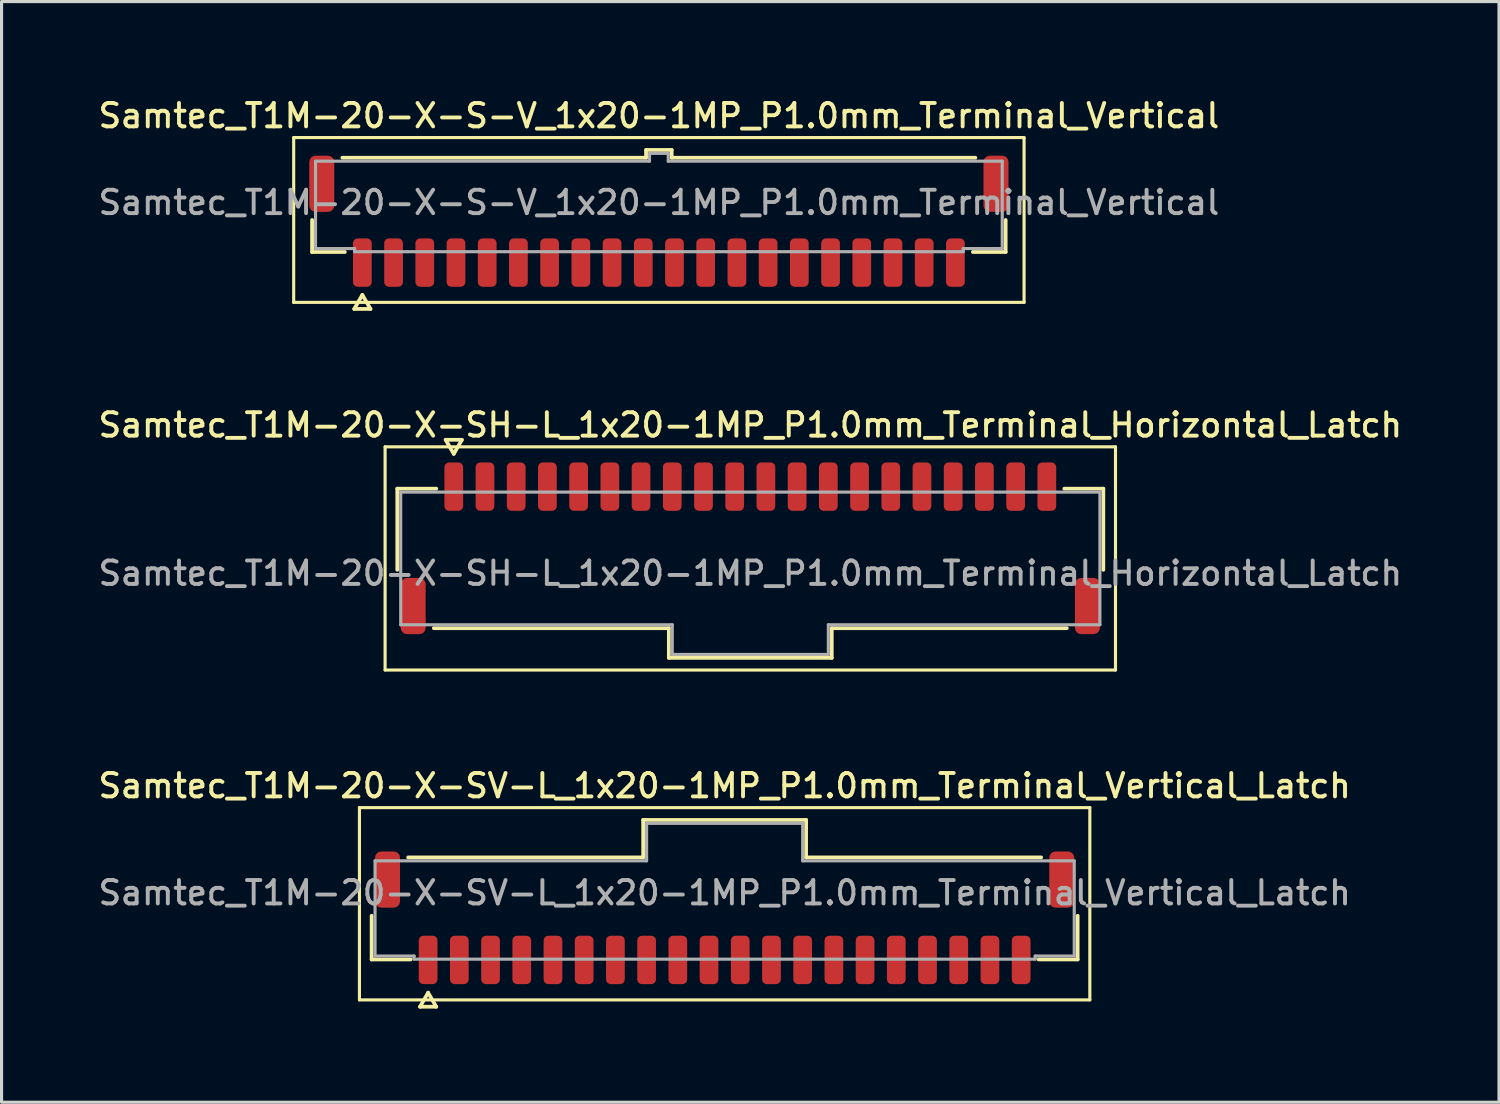
<source format=kicad_pcb>
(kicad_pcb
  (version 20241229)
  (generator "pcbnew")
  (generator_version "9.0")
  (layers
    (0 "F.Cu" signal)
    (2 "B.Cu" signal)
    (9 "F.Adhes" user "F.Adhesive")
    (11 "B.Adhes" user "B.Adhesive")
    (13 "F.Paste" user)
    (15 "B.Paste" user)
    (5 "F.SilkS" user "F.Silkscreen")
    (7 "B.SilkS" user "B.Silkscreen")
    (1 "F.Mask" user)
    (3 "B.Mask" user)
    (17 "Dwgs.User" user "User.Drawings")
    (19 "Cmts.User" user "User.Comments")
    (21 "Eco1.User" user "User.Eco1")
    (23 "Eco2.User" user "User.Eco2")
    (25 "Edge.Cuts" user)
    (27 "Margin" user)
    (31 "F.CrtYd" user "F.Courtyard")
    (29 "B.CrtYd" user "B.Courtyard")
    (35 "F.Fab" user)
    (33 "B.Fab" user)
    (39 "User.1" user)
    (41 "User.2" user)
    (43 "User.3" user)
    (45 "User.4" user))
  (footprint "Samtec_T1M-20-X-S-V_1x20-1MP_P1.0mm_Terminal_Vertical"
    (layer "F.Cu")
    (at 18.059 3.438)
    (property "Reference" "Samtec_T1M-20-X-S-V_1x20-1MP_P1.0mm_Terminal_Vertical" (at 0 -2.78 0) (layer "F.SilkS") (effects (font (size 0.75 0.75) (thickness 0.125))))
    (attr smd)
    (fp_line (start -11.7 -2.08) (end -11.7 3.2) (stroke (width 0.1) (type solid)) (layer "F.SilkS"))
    (fp_line (start -11.7 3.2) (end 11.7 3.2) (stroke (width 0.1) (type solid)) (layer "F.SilkS"))
    (fp_line (start -11.11 1.585) (end -11.11 0.56) (stroke (width 0.12) (type solid)) (layer "F.SilkS"))
    (fp_line (start -10.14 -1.435) (end -0.41 -1.435) (stroke (width 0.12) (type solid)) (layer "F.SilkS"))
    (fp_line (start -10.06 1.585) (end -11.11 1.585) (stroke (width 0.12) (type solid)) (layer "F.SilkS"))
    (fp_line (start -9.76 3.41) (end -9.5 2.96) (stroke (width 0.12) (type solid)) (layer "F.SilkS"))
    (fp_line (start -9.5 2.96) (end -9.24 3.41) (stroke (width 0.12) (type solid)) (layer "F.SilkS"))
    (fp_line (start -9.24 3.41) (end -9.76 3.41) (stroke (width 0.12) (type solid)) (layer "F.SilkS"))
    (fp_line (start -0.41 -1.685) (end 0.41 -1.685) (stroke (width 0.12) (type solid)) (layer "F.SilkS"))
    (fp_line (start -0.41 -1.435) (end -0.41 -1.685) (stroke (width 0.12) (type solid)) (layer "F.SilkS"))
    (fp_line (start 0.41 -1.685) (end 0.41 -1.435) (stroke (width 0.12) (type solid)) (layer "F.SilkS"))
    (fp_line (start 0.41 -1.435) (end 10.14 -1.435) (stroke (width 0.12) (type solid)) (layer "F.SilkS"))
    (fp_line (start 11.11 0.56) (end 11.11 1.585) (stroke (width 0.12) (type solid)) (layer "F.SilkS"))
    (fp_line (start 11.11 1.585) (end 10.06 1.585) (stroke (width 0.12) (type solid)) (layer "F.SilkS"))
    (fp_line (start 11.7 -2.08) (end -11.7 -2.08) (stroke (width 0.1) (type solid)) (layer "F.SilkS"))
    (fp_line (start 11.7 3.2) (end 11.7 -2.08) (stroke (width 0.1) (type solid)) (layer "F.SilkS"))
    (fp_line (start -11 -1.325) (end -0.3 -1.325) (stroke (width 0.1) (type solid)) (layer "F.Fab"))
    (fp_line (start -11 1.475) (end -11 -1.325) (stroke (width 0.1) (type solid)) (layer "F.Fab"))
    (fp_line (start -9.75 1.475) (end -11 1.475) (stroke (width 0.1) (type solid)) (layer "F.Fab"))
    (fp_line (start -9.75 1.575) (end -9.75 1.475) (stroke (width 0.1) (type solid)) (layer "F.Fab"))
    (fp_line (start -0.3 -1.575) (end 0.3 -1.575) (stroke (width 0.1) (type solid)) (layer "F.Fab"))
    (fp_line (start -0.3 -1.325) (end -0.3 -1.575) (stroke (width 0.1) (type solid)) (layer "F.Fab"))
    (fp_line (start 0.3 -1.575) (end 0.3 -1.325) (stroke (width 0.1) (type solid)) (layer "F.Fab"))
    (fp_line (start 0.3 -1.325) (end 11 -1.325) (stroke (width 0.1) (type solid)) (layer "F.Fab"))
    (fp_line (start 9.75 1.475) (end 9.75 1.575) (stroke (width 0.1) (type solid)) (layer "F.Fab"))
    (fp_line (start 9.75 1.575) (end -9.75 1.575) (stroke (width 0.1) (type solid)) (layer "F.Fab"))
    (fp_line (start 11 -1.325) (end 11 1.475) (stroke (width 0.1) (type solid)) (layer "F.Fab"))
    (fp_line (start 11 1.475) (end 9.75 1.475) (stroke (width 0.1) (type solid)) (layer "F.Fab"))
    (fp_text user "${REFERENCE}" (at 0 0 0) (layer "F.Fab") (effects (font (size 0.75 0.75) (thickness 0.125))))
    (pad "1" smd roundrect (at -9.5 1.925) (size 0.6 1.55) (layers "F.Cu" "F.Mask" "F.Paste") (roundrect_rratio 0.25))
    (pad "2" smd roundrect (at -8.5 1.925) (size 0.6 1.55) (layers "F.Cu" "F.Mask" "F.Paste") (roundrect_rratio 0.25))
    (pad "3" smd roundrect (at -7.5 1.925) (size 0.6 1.55) (layers "F.Cu" "F.Mask" "F.Paste") (roundrect_rratio 0.25))
    (pad "4" smd roundrect (at -6.5 1.925) (size 0.6 1.55) (layers "F.Cu" "F.Mask" "F.Paste") (roundrect_rratio 0.25))
    (pad "5" smd roundrect (at -5.5 1.925) (size 0.6 1.55) (layers "F.Cu" "F.Mask" "F.Paste") (roundrect_rratio 0.25))
    (pad "6" smd roundrect (at -4.5 1.925) (size 0.6 1.55) (layers "F.Cu" "F.Mask" "F.Paste") (roundrect_rratio 0.25))
    (pad "7" smd roundrect (at -3.5 1.925) (size 0.6 1.55) (layers "F.Cu" "F.Mask" "F.Paste") (roundrect_rratio 0.25))
    (pad "8" smd roundrect (at -2.5 1.925) (size 0.6 1.55) (layers "F.Cu" "F.Mask" "F.Paste") (roundrect_rratio 0.25))
    (pad "9" smd roundrect (at -1.5 1.925) (size 0.6 1.55) (layers "F.Cu" "F.Mask" "F.Paste") (roundrect_rratio 0.25))
    (pad "10" smd roundrect (at -0.5 1.925) (size 0.6 1.55) (layers "F.Cu" "F.Mask" "F.Paste") (roundrect_rratio 0.25))
    (pad "11" smd roundrect (at 0.5 1.925) (size 0.6 1.55) (layers "F.Cu" "F.Mask" "F.Paste") (roundrect_rratio 0.25))
    (pad "12" smd roundrect (at 1.5 1.925) (size 0.6 1.55) (layers "F.Cu" "F.Mask" "F.Paste") (roundrect_rratio 0.25))
    (pad "13" smd roundrect (at 2.5 1.925) (size 0.6 1.55) (layers "F.Cu" "F.Mask" "F.Paste") (roundrect_rratio 0.25))
    (pad "14" smd roundrect (at 3.5 1.925) (size 0.6 1.55) (layers "F.Cu" "F.Mask" "F.Paste") (roundrect_rratio 0.25))
    (pad "15" smd roundrect (at 4.5 1.925) (size 0.6 1.55) (layers "F.Cu" "F.Mask" "F.Paste") (roundrect_rratio 0.25))
    (pad "16" smd roundrect (at 5.5 1.925) (size 0.6 1.55) (layers "F.Cu" "F.Mask" "F.Paste") (roundrect_rratio 0.25))
    (pad "17" smd roundrect (at 6.5 1.925) (size 0.6 1.55) (layers "F.Cu" "F.Mask" "F.Paste") (roundrect_rratio 0.25))
    (pad "18" smd roundrect (at 7.5 1.925) (size 0.6 1.55) (layers "F.Cu" "F.Mask" "F.Paste") (roundrect_rratio 0.25))
    (pad "19" smd roundrect (at 8.5 1.925) (size 0.6 1.55) (layers "F.Cu" "F.Mask" "F.Paste") (roundrect_rratio 0.25))
    (pad "20" smd roundrect (at 9.5 1.925) (size 0.6 1.55) (layers "F.Cu" "F.Mask" "F.Paste") (roundrect_rratio 0.25))
    (pad "MP" smd roundrect (at -10.8 -0.6) (size 0.8 1.8) (layers "F.Cu" "F.Mask" "F.Paste") (roundrect_rratio 0.25))
    (pad "MP" smd roundrect (at 10.8 -0.6) (size 0.8 1.8) (layers "F.Cu" "F.Mask" "F.Paste") (roundrect_rratio 0.25)))
  (footprint "Samtec_T1M-20-X-SV-L_1x20-1MP_P1.0mm_Terminal_Vertical_Latch"
    (layer "F.Cu")
    (at 20.166 25.554)
    (property "Reference" "Samtec_T1M-20-X-SV-L_1x20-1MP_P1.0mm_Terminal_Vertical_Latch" (at 0 -3.43 0) (layer "F.SilkS") (effects (font (size 0.75 0.75) (thickness 0.125))))
    (attr smd)
    (fp_line (start -11.7 -2.73) (end -11.7 3.43) (stroke (width 0.1) (type solid)) (layer "F.SilkS"))
    (fp_line (start -11.7 3.43) (end 11.7 3.43) (stroke (width 0.1) (type solid)) (layer "F.SilkS"))
    (fp_line (start -11.31 2.135) (end -11.31 0.735) (stroke (width 0.12) (type solid)) (layer "F.SilkS"))
    (fp_line (start -10.14 -1.135) (end -2.61 -1.135) (stroke (width 0.12) (type solid)) (layer "F.SilkS"))
    (fp_line (start -10.06 2.135) (end -11.31 2.135) (stroke (width 0.12) (type solid)) (layer "F.SilkS"))
    (fp_line (start -9.76 3.65) (end -9.5 3.2) (stroke (width 0.12) (type solid)) (layer "F.SilkS"))
    (fp_line (start -9.5 3.2) (end -9.24 3.65) (stroke (width 0.12) (type solid)) (layer "F.SilkS"))
    (fp_line (start -9.24 3.65) (end -9.76 3.65) (stroke (width 0.12) (type solid)) (layer "F.SilkS"))
    (fp_line (start -2.61 -2.335) (end 2.61 -2.335) (stroke (width 0.12) (type solid)) (layer "F.SilkS"))
    (fp_line (start -2.61 -1.135) (end -2.61 -2.335) (stroke (width 0.12) (type solid)) (layer "F.SilkS"))
    (fp_line (start 2.61 -2.335) (end 2.61 -1.135) (stroke (width 0.12) (type solid)) (layer "F.SilkS"))
    (fp_line (start 2.61 -1.135) (end 10.14 -1.135) (stroke (width 0.12) (type solid)) (layer "F.SilkS"))
    (fp_line (start 11.31 0.735) (end 11.31 2.135) (stroke (width 0.12) (type solid)) (layer "F.SilkS"))
    (fp_line (start 11.31 2.135) (end 10.06 2.135) (stroke (width 0.12) (type solid)) (layer "F.SilkS"))
    (fp_line (start 11.7 -2.73) (end -11.7 -2.73) (stroke (width 0.1) (type solid)) (layer "F.SilkS"))
    (fp_line (start 11.7 3.43) (end 11.7 -2.73) (stroke (width 0.1) (type solid)) (layer "F.SilkS"))
    (fp_line (start -11.2 -1.025) (end -2.5 -1.025) (stroke (width 0.1) (type solid)) (layer "F.Fab"))
    (fp_line (start -11.2 2.025) (end -11.2 -1.025) (stroke (width 0.1) (type solid)) (layer "F.Fab"))
    (fp_line (start -9.95 2.025) (end -11.2 2.025) (stroke (width 0.1) (type solid)) (layer "F.Fab"))
    (fp_line (start -9.95 2.125) (end -9.95 2.025) (stroke (width 0.1) (type solid)) (layer "F.Fab"))
    (fp_line (start -2.5 -2.225) (end 2.5 -2.225) (stroke (width 0.1) (type solid)) (layer "F.Fab"))
    (fp_line (start -2.5 -1.025) (end -2.5 -2.225) (stroke (width 0.1) (type solid)) (layer "F.Fab"))
    (fp_line (start 2.5 -2.225) (end 2.5 -1.025) (stroke (width 0.1) (type solid)) (layer "F.Fab"))
    (fp_line (start 2.5 -1.025) (end 11.2 -1.025) (stroke (width 0.1) (type solid)) (layer "F.Fab"))
    (fp_line (start 9.95 2.025) (end 9.95 2.125) (stroke (width 0.1) (type solid)) (layer "F.Fab"))
    (fp_line (start 9.95 2.125) (end -9.95 2.125) (stroke (width 0.1) (type solid)) (layer "F.Fab"))
    (fp_line (start 11.2 -1.025) (end 11.2 2.025) (stroke (width 0.1) (type solid)) (layer "F.Fab"))
    (fp_line (start 11.2 2.025) (end 9.95 2.025) (stroke (width 0.1) (type solid)) (layer "F.Fab"))
    (fp_text user "${REFERENCE}" (at 0 0 0) (layer "F.Fab") (effects (font (size 0.75 0.75) (thickness 0.125))))
    (pad "1" smd roundrect (at -9.5 2.15) (size 0.6 1.55) (layers "F.Cu" "F.Mask" "F.Paste") (roundrect_rratio 0.25))
    (pad "2" smd roundrect (at -8.5 2.15) (size 0.6 1.55) (layers "F.Cu" "F.Mask" "F.Paste") (roundrect_rratio 0.25))
    (pad "3" smd roundrect (at -7.5 2.15) (size 0.6 1.55) (layers "F.Cu" "F.Mask" "F.Paste") (roundrect_rratio 0.25))
    (pad "4" smd roundrect (at -6.5 2.15) (size 0.6 1.55) (layers "F.Cu" "F.Mask" "F.Paste") (roundrect_rratio 0.25))
    (pad "5" smd roundrect (at -5.5 2.15) (size 0.6 1.55) (layers "F.Cu" "F.Mask" "F.Paste") (roundrect_rratio 0.25))
    (pad "6" smd roundrect (at -4.5 2.15) (size 0.6 1.55) (layers "F.Cu" "F.Mask" "F.Paste") (roundrect_rratio 0.25))
    (pad "7" smd roundrect (at -3.5 2.15) (size 0.6 1.55) (layers "F.Cu" "F.Mask" "F.Paste") (roundrect_rratio 0.25))
    (pad "8" smd roundrect (at -2.5 2.15) (size 0.6 1.55) (layers "F.Cu" "F.Mask" "F.Paste") (roundrect_rratio 0.25))
    (pad "9" smd roundrect (at -1.5 2.15) (size 0.6 1.55) (layers "F.Cu" "F.Mask" "F.Paste") (roundrect_rratio 0.25))
    (pad "10" smd roundrect (at -0.5 2.15) (size 0.6 1.55) (layers "F.Cu" "F.Mask" "F.Paste") (roundrect_rratio 0.25))
    (pad "11" smd roundrect (at 0.5 2.15) (size 0.6 1.55) (layers "F.Cu" "F.Mask" "F.Paste") (roundrect_rratio 0.25))
    (pad "12" smd roundrect (at 1.5 2.15) (size 0.6 1.55) (layers "F.Cu" "F.Mask" "F.Paste") (roundrect_rratio 0.25))
    (pad "13" smd roundrect (at 2.5 2.15) (size 0.6 1.55) (layers "F.Cu" "F.Mask" "F.Paste") (roundrect_rratio 0.25))
    (pad "14" smd roundrect (at 3.5 2.15) (size 0.6 1.55) (layers "F.Cu" "F.Mask" "F.Paste") (roundrect_rratio 0.25))
    (pad "15" smd roundrect (at 4.5 2.15) (size 0.6 1.55) (layers "F.Cu" "F.Mask" "F.Paste") (roundrect_rratio 0.25))
    (pad "16" smd roundrect (at 5.5 2.15) (size 0.6 1.55) (layers "F.Cu" "F.Mask" "F.Paste") (roundrect_rratio 0.25))
    (pad "17" smd roundrect (at 6.5 2.15) (size 0.6 1.55) (layers "F.Cu" "F.Mask" "F.Paste") (roundrect_rratio 0.25))
    (pad "18" smd roundrect (at 7.5 2.15) (size 0.6 1.55) (layers "F.Cu" "F.Mask" "F.Paste") (roundrect_rratio 0.25))
    (pad "19" smd roundrect (at 8.5 2.15) (size 0.6 1.55) (layers "F.Cu" "F.Mask" "F.Paste") (roundrect_rratio 0.25))
    (pad "20" smd roundrect (at 9.5 2.15) (size 0.6 1.55) (layers "F.Cu" "F.Mask" "F.Paste") (roundrect_rratio 0.25))
    (pad "MP" smd roundrect (at -10.8 -0.425) (size 0.8 1.8) (layers "F.Cu" "F.Mask" "F.Paste") (roundrect_rratio 0.25))
    (pad "MP" smd roundrect (at 10.8 -0.425) (size 0.8 1.8) (layers "F.Cu" "F.Mask" "F.Paste") (roundrect_rratio 0.25)))
  (footprint "Samtec_T1M-20-X-SH-L_1x20-1MP_P1.0mm_Terminal_Horizontal_Latch"
    (layer "F.Cu")
    (at 20.988 15.316)
    (property "Reference" "Samtec_T1M-20-X-SH-L_1x20-1MP_P1.0mm_Terminal_Horizontal_Latch" (at 0 -4.75 0) (layer "F.SilkS") (effects (font (size 0.75 0.75) (thickness 0.125))))
    (attr smd)
    (fp_line (start -11.7 -4.05) (end -11.7 3.1) (stroke (width 0.1) (type solid)) (layer "F.SilkS"))
    (fp_line (start -11.7 3.1) (end 11.7 3.1) (stroke (width 0.1) (type solid)) (layer "F.SilkS"))
    (fp_line (start -11.31 -2.71) (end -10.06 -2.71) (stroke (width 0.12) (type solid)) (layer "F.SilkS"))
    (fp_line (start -11.31 -0.11) (end -11.31 -2.71) (stroke (width 0.12) (type solid)) (layer "F.SilkS"))
    (fp_line (start -9.76 -4.275) (end -9.5 -3.825) (stroke (width 0.12) (type solid)) (layer "F.SilkS"))
    (fp_line (start -9.5 -3.825) (end -9.24 -4.275) (stroke (width 0.12) (type solid)) (layer "F.SilkS"))
    (fp_line (start -9.24 -4.275) (end -9.76 -4.275) (stroke (width 0.12) (type solid)) (layer "F.SilkS"))
    (fp_line (start -2.61 1.76) (end -10.14 1.76) (stroke (width 0.12) (type solid)) (layer "F.SilkS"))
    (fp_line (start -2.61 2.71) (end -2.61 1.76) (stroke (width 0.12) (type solid)) (layer "F.SilkS"))
    (fp_line (start 2.61 1.76) (end 2.61 2.71) (stroke (width 0.12) (type solid)) (layer "F.SilkS"))
    (fp_line (start 2.61 2.71) (end -2.61 2.71) (stroke (width 0.12) (type solid)) (layer "F.SilkS"))
    (fp_line (start 10.06 -2.71) (end 11.31 -2.71) (stroke (width 0.12) (type solid)) (layer "F.SilkS"))
    (fp_line (start 10.14 1.76) (end 2.61 1.76) (stroke (width 0.12) (type solid)) (layer "F.SilkS"))
    (fp_line (start 11.31 -2.71) (end 11.31 -0.11) (stroke (width 0.12) (type solid)) (layer "F.SilkS"))
    (fp_line (start 11.7 -4.05) (end -11.7 -4.05) (stroke (width 0.1) (type solid)) (layer "F.SilkS"))
    (fp_line (start 11.7 3.1) (end 11.7 -4.05) (stroke (width 0.1) (type solid)) (layer "F.SilkS"))
    (fp_line (start -11.2 -2.6) (end 11.2 -2.6) (stroke (width 0.1) (type solid)) (layer "F.Fab"))
    (fp_line (start -11.2 1.65) (end -11.2 -2.6) (stroke (width 0.1) (type solid)) (layer "F.Fab"))
    (fp_line (start -2.5 1.65) (end -11.2 1.65) (stroke (width 0.1) (type solid)) (layer "F.Fab"))
    (fp_line (start -2.5 2.6) (end -2.5 1.65) (stroke (width 0.1) (type solid)) (layer "F.Fab"))
    (fp_line (start 2.5 1.65) (end 2.5 2.6) (stroke (width 0.1) (type solid)) (layer "F.Fab"))
    (fp_line (start 2.5 2.6) (end -2.5 2.6) (stroke (width 0.1) (type solid)) (layer "F.Fab"))
    (fp_line (start 11.2 -2.6) (end 11.2 1.65) (stroke (width 0.1) (type solid)) (layer "F.Fab"))
    (fp_line (start 11.2 1.65) (end 2.5 1.65) (stroke (width 0.1) (type solid)) (layer "F.Fab"))
    (fp_text user "${REFERENCE}" (at 0 0 0) (layer "F.Fab") (effects (font (size 0.75 0.75) (thickness 0.125))))
    (pad "1" smd roundrect (at -9.5 -2.775) (size 0.6 1.55) (layers "F.Cu" "F.Mask" "F.Paste") (roundrect_rratio 0.25))
    (pad "2" smd roundrect (at -8.5 -2.775) (size 0.6 1.55) (layers "F.Cu" "F.Mask" "F.Paste") (roundrect_rratio 0.25))
    (pad "3" smd roundrect (at -7.5 -2.775) (size 0.6 1.55) (layers "F.Cu" "F.Mask" "F.Paste") (roundrect_rratio 0.25))
    (pad "4" smd roundrect (at -6.5 -2.775) (size 0.6 1.55) (layers "F.Cu" "F.Mask" "F.Paste") (roundrect_rratio 0.25))
    (pad "5" smd roundrect (at -5.5 -2.775) (size 0.6 1.55) (layers "F.Cu" "F.Mask" "F.Paste") (roundrect_rratio 0.25))
    (pad "6" smd roundrect (at -4.5 -2.775) (size 0.6 1.55) (layers "F.Cu" "F.Mask" "F.Paste") (roundrect_rratio 0.25))
    (pad "7" smd roundrect (at -3.5 -2.775) (size 0.6 1.55) (layers "F.Cu" "F.Mask" "F.Paste") (roundrect_rratio 0.25))
    (pad "8" smd roundrect (at -2.5 -2.775) (size 0.6 1.55) (layers "F.Cu" "F.Mask" "F.Paste") (roundrect_rratio 0.25))
    (pad "9" smd roundrect (at -1.5 -2.775) (size 0.6 1.55) (layers "F.Cu" "F.Mask" "F.Paste") (roundrect_rratio 0.25))
    (pad "10" smd roundrect (at -0.5 -2.775) (size 0.6 1.55) (layers "F.Cu" "F.Mask" "F.Paste") (roundrect_rratio 0.25))
    (pad "11" smd roundrect (at 0.5 -2.775) (size 0.6 1.55) (layers "F.Cu" "F.Mask" "F.Paste") (roundrect_rratio 0.25))
    (pad "12" smd roundrect (at 1.5 -2.775) (size 0.6 1.55) (layers "F.Cu" "F.Mask" "F.Paste") (roundrect_rratio 0.25))
    (pad "13" smd roundrect (at 2.5 -2.775) (size 0.6 1.55) (layers "F.Cu" "F.Mask" "F.Paste") (roundrect_rratio 0.25))
    (pad "14" smd roundrect (at 3.5 -2.775) (size 0.6 1.55) (layers "F.Cu" "F.Mask" "F.Paste") (roundrect_rratio 0.25))
    (pad "15" smd roundrect (at 4.5 -2.775) (size 0.6 1.55) (layers "F.Cu" "F.Mask" "F.Paste") (roundrect_rratio 0.25))
    (pad "16" smd roundrect (at 5.5 -2.775) (size 0.6 1.55) (layers "F.Cu" "F.Mask" "F.Paste") (roundrect_rratio 0.25))
    (pad "17" smd roundrect (at 6.5 -2.775) (size 0.6 1.55) (layers "F.Cu" "F.Mask" "F.Paste") (roundrect_rratio 0.25))
    (pad "18" smd roundrect (at 7.5 -2.775) (size 0.6 1.55) (layers "F.Cu" "F.Mask" "F.Paste") (roundrect_rratio 0.25))
    (pad "19" smd roundrect (at 8.5 -2.775) (size 0.6 1.55) (layers "F.Cu" "F.Mask" "F.Paste") (roundrect_rratio 0.25))
    (pad "20" smd roundrect (at 9.5 -2.775) (size 0.6 1.55) (layers "F.Cu" "F.Mask" "F.Paste") (roundrect_rratio 0.25))
    (pad "MP" smd roundrect (at -10.8 1.05) (size 0.8 1.8) (layers "F.Cu" "F.Mask" "F.Paste") (roundrect_rratio 0.25))
    (pad "MP" smd roundrect (at 10.8 1.05) (size 0.8 1.8) (layers "F.Cu" "F.Mask" "F.Paste") (roundrect_rratio 0.25)))
  (gr_rect
    (start -3 -3)
    (end 44.975 32.264)
    (stroke (width 0.1) (type default))
    (fill no)
    (layer "Edge.Cuts")))
</source>
